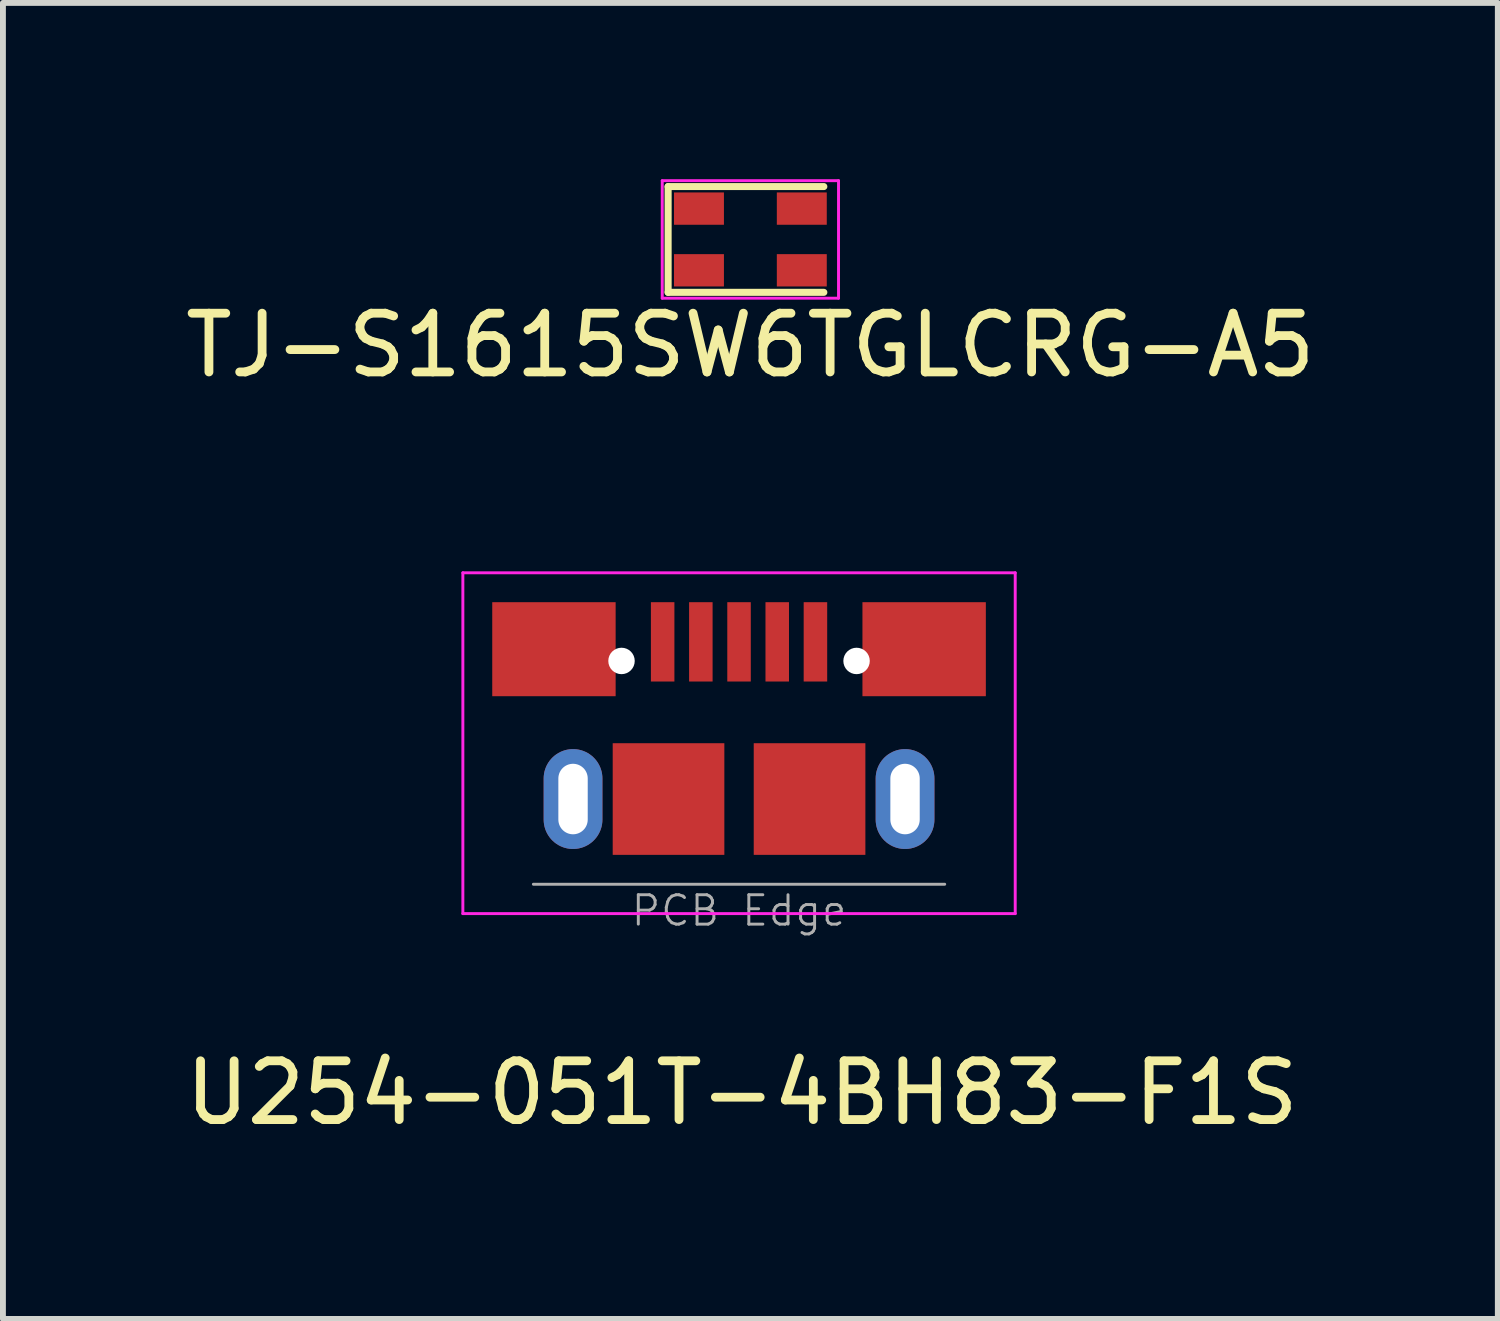
<source format=kicad_pcb>
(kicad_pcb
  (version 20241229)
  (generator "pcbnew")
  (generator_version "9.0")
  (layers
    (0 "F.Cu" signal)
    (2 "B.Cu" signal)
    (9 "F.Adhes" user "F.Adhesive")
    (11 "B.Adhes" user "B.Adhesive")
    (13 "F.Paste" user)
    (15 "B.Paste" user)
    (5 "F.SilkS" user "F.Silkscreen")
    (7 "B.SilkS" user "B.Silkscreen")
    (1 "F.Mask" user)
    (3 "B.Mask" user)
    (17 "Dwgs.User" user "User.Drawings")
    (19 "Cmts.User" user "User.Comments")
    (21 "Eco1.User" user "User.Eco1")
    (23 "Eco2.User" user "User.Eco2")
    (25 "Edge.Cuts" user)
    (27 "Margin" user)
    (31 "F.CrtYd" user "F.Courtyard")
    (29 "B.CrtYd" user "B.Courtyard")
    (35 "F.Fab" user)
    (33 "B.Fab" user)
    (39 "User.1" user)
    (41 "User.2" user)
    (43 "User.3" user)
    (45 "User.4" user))
  (footprint "TJ-S1615SW6TGLCRG-A5"
    (layer "F.Cu")
    (at 9.72 1.025)
    (property "Reference" "TJ-S1615SW6TGLCRG-A5" (at 0 1.8 0) (layer "F.SilkS") (effects (font (size 1 1) (thickness 0.15))))
    (attr smd)
    (fp_line (start -1.4 -0.9) (end -1.4 0.9) (stroke (width 0.12) (type solid)) (layer "F.SilkS"))
    (fp_line (start -1.4 0.9) (end 1.25 0.9) (stroke (width 0.12) (type solid)) (layer "F.SilkS"))
    (fp_line (start 1.25 -0.9) (end -1.4 -0.9) (stroke (width 0.12) (type solid)) (layer "F.SilkS"))
    (fp_line (start -1.5 -1) (end 1.5 -1) (stroke (width 0.05) (type solid)) (layer "F.CrtYd"))
    (fp_line (start -1.5 1) (end -1.5 -1) (stroke (width 0.05) (type solid)) (layer "F.CrtYd"))
    (fp_line (start 1.5 -1) (end 1.5 1) (stroke (width 0.05) (type solid)) (layer "F.CrtYd"))
    (fp_line (start 1.5 1) (end -1.5 1) (stroke (width 0.05) (type solid)) (layer "F.CrtYd"))
    (pad "1" smd rect (at 0.875 -0.525) (size 0.85 0.55) (layers "F.Cu" "F.Mask" "F.Paste"))
    (pad "2" smd rect (at -0.875 -0.525) (size 0.85 0.55) (layers "F.Cu" "F.Mask" "F.Paste"))
    (pad "3" smd rect (at 0.875 0.525) (size 0.85 0.55) (layers "F.Cu" "F.Mask" "F.Paste"))
    (pad "4" smd rect (at -0.875 0.525) (size 0.85 0.55) (layers "F.Cu" "F.Mask" "F.Paste")))
  (footprint "U254-051T-4BH83-F1S"
    (layer "F.Cu")
    (at 9.527 10.548)
    (property "Reference" "U254-051T-4BH83-F1S" (at 0.05 5 0) (layer "F.SilkS") (effects (font (size 1 1) (thickness 0.15))))
    (attr smd)
    (fp_line (start -4.7 -3.85) (end 4.7 -3.85) (stroke (width 0.05) (type solid)) (layer "F.CrtYd"))
    (fp_line (start -4.7 1.95) (end -4.7 -3.85) (stroke (width 0.05) (type solid)) (layer "F.CrtYd"))
    (fp_line (start 4.7 -3.85) (end 4.7 1.95) (stroke (width 0.05) (type solid)) (layer "F.CrtYd"))
    (fp_line (start 4.7 1.95) (end -4.7 1.95) (stroke (width 0.05) (type solid)) (layer "F.CrtYd"))
    (fp_line (start 3.5 1.45) (end -3.5 1.45) (stroke (width 0.05) (type solid)) (layer "F.Fab"))
    (fp_text user "PCB Edge" (at 0 1.9 0) (layer "F.Fab") (effects (font (size 0.5 0.5) (thickness 0.05))))
    (pad "" np_thru_hole circle (at -2 -2.35) (size 0.45 0.45) (drill 0.45) (layers "*.Cu" "*.Mask"))
    (pad "" np_thru_hole circle (at 2 -2.35) (size 0.45 0.45) (drill 0.45) (layers "*.Cu" "*.Mask"))
    (pad "1" smd rect (at -1.3 -2.675) (size 0.4 1.35) (layers "F.Cu" "F.Mask" "F.Paste"))
    (pad "2" smd rect (at -0.65 -2.675) (size 0.4 1.35) (layers "F.Cu" "F.Mask" "F.Paste"))
    (pad "3" smd rect (at 0 -2.675) (size 0.4 1.35) (layers "F.Cu" "F.Mask" "F.Paste"))
    (pad "4" smd rect (at 0.65 -2.675) (size 0.4 1.35) (layers "F.Cu" "F.Mask" "F.Paste"))
    (pad "5" smd rect (at 1.3 -2.675) (size 0.4 1.35) (layers "F.Cu" "F.Mask" "F.Paste"))
    (pad "6" smd rect (at -3.15 -2.55) (size 2.1 1.6) (layers "F.Cu" "F.Mask" "F.Paste"))
    (pad "6" thru_hole oval (at -2.825 0) (size 1 1.7) (drill oval 0.5 1.2) (layers "*.Cu" "*.Mask"))
    (pad "6" smd rect (at -1.2 0) (size 1.9 1.9) (layers "F.Cu" "F.Mask" "F.Paste"))
    (pad "6" smd rect (at 1.2 0) (size 1.9 1.9) (layers "F.Cu" "F.Mask" "F.Paste"))
    (pad "6" thru_hole oval (at 2.825 0) (size 1 1.7) (drill oval 0.5 1.2) (layers "*.Cu" "*.Mask"))
    (pad "6" smd rect (at 3.15 -2.55) (size 2.1 1.6) (layers "F.Cu" "F.Mask" "F.Paste")))
  (gr_rect
    (start -3 -3)
    (end 22.44 19.396)
    (stroke (width 0.1) (type default))
    (fill no)
    (layer "Edge.Cuts")))
</source>
